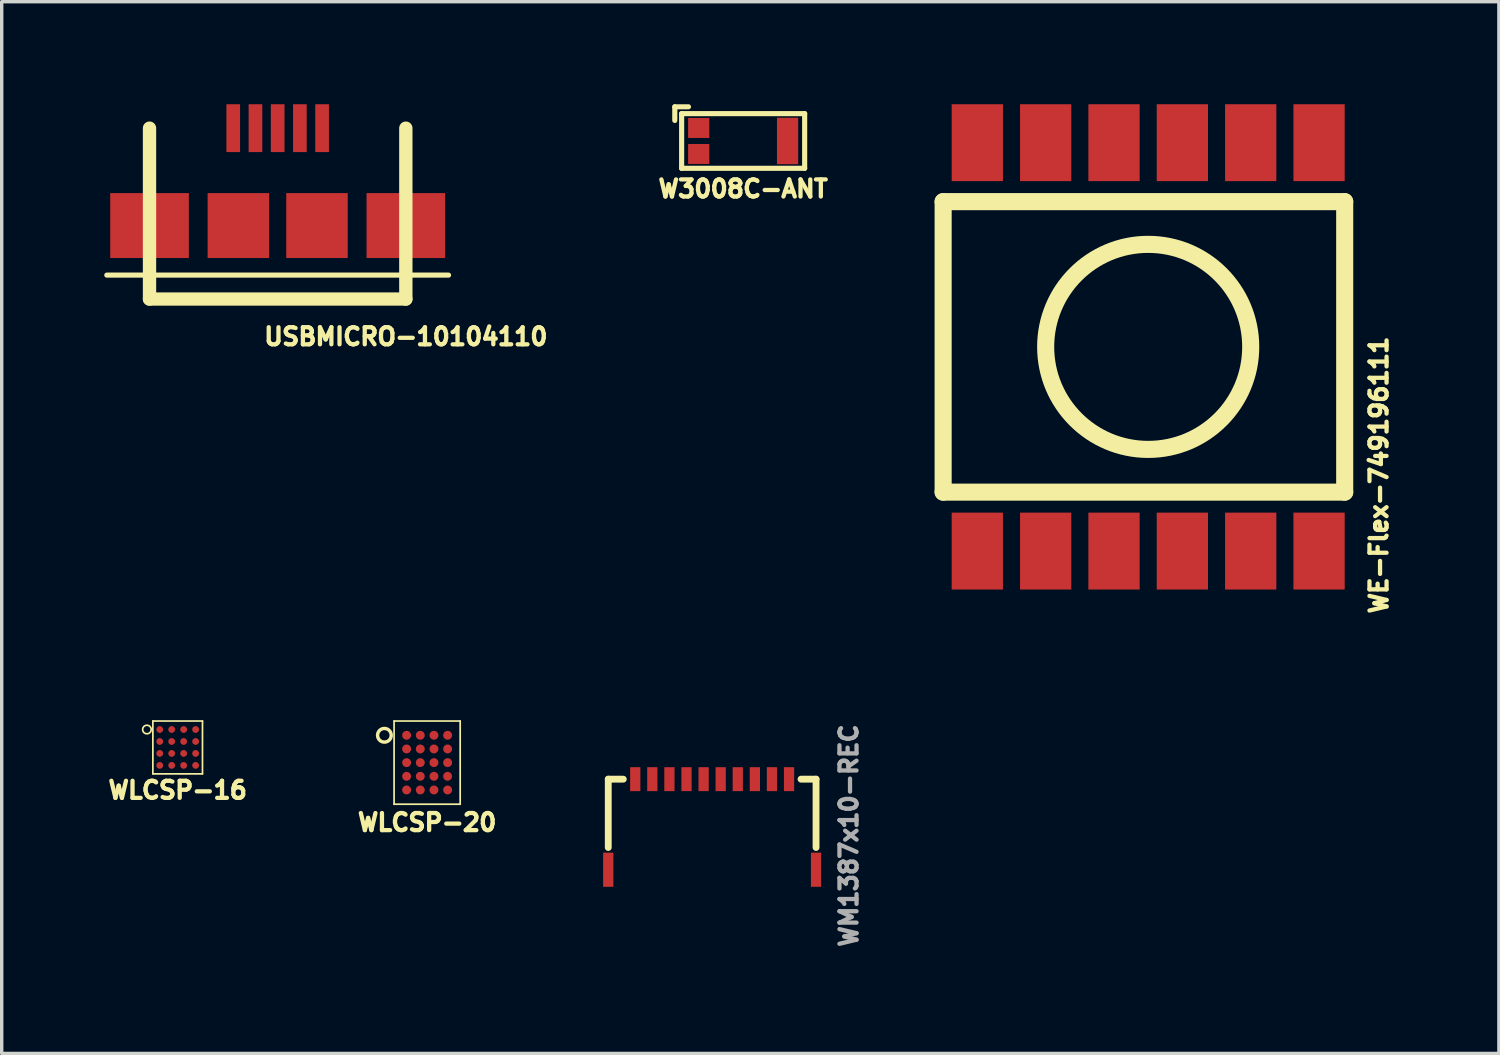
<source format=kicad_pcb>
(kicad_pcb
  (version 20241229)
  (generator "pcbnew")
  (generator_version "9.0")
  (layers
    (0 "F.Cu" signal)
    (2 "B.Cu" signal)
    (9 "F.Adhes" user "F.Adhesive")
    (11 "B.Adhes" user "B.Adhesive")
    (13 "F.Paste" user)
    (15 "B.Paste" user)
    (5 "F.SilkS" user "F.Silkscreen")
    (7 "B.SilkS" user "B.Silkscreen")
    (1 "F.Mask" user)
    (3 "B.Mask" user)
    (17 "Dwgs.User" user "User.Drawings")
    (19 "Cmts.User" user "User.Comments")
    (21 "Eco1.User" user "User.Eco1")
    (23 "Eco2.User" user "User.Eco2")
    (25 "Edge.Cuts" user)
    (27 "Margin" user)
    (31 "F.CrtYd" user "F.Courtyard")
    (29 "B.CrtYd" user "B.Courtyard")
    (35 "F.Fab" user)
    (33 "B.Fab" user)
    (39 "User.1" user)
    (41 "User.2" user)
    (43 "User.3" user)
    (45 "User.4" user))
  (footprint "WM1387x10-REC"
    (layer "F.Cu")
    (at 17.788 21.149)
    (property "Reference" "WM1387x10-REC" (at 4 0.25 90) (layer "F.Fab") (effects (font (size 0.5 0.5) (thickness 0.125))))
    (attr through_hole)
    (fp_line (start -3.04 0.6) (end -3.04 -1.4) (stroke (width 0.2) (type solid)) (layer "F.SilkS"))
    (fp_line (start -2.6 -1.4) (end -3.04 -1.4) (stroke (width 0.2) (type solid)) (layer "F.SilkS"))
    (fp_line (start 2.6 -1.4) (end 3.04 -1.4) (stroke (width 0.2) (type solid)) (layer "F.SilkS"))
    (fp_line (start 3.04 -1.4) (end 3.04 0.6) (stroke (width 0.2) (type solid)) (layer "F.SilkS"))
    (pad "1" smd rect (at -2.25 -1.4) (size 0.3 0.7) (layers "F.Cu" "F.Mask"))
    (pad "2" smd rect (at -1.75 -1.4) (size 0.3 0.7) (layers "F.Cu" "F.Mask"))
    (pad "3" smd rect (at -1.25 -1.4) (size 0.3 0.7) (layers "F.Cu" "F.Mask"))
    (pad "4" smd rect (at -0.75 -1.4) (size 0.3 0.7) (layers "F.Cu" "F.Mask"))
    (pad "5" smd rect (at -0.25 -1.4) (size 0.3 0.7) (layers "F.Cu" "F.Mask"))
    (pad "6" smd rect (at 0.25 -1.4) (size 0.3 0.7) (layers "F.Cu" "F.Mask"))
    (pad "7" smd rect (at 0.75 -1.4) (size 0.3 0.7) (layers "F.Cu" "F.Mask"))
    (pad "8" smd rect (at 1.25 -1.4) (size 0.3 0.7) (layers "F.Cu" "F.Mask"))
    (pad "9" smd rect (at 1.75 -1.4) (size 0.3 0.7) (layers "F.Cu" "F.Mask"))
    (pad "10" smd rect (at 2.25 -1.4) (size 0.3 0.7) (layers "F.Cu" "F.Mask"))
    (pad "11" smd rect (at -3.04 1.25) (size 0.3 1) (layers "F.Cu" "F.Mask"))
    (pad "11" smd rect (at 3.04 1.25) (size 0.3 1) (layers "F.Cu" "F.Mask")))
  (footprint "USBMICRO-10104110"
    (layer "F.Cu")
    (at 5.075 3.55)
    (property "Reference" "USBMICRO-10104110" (at 3.75 3.25 0) (layer "F.SilkS") (effects (font (size 0.5 0.5) (thickness 0.125))))
    (attr through_hole)
    (fp_line (start -3.75 2.15) (end -3.75 -2.85) (stroke (width 0.39) (type solid)) (layer "F.SilkS"))
    (fp_line (start 3.75 -2.85) (end 3.75 2.15) (stroke (width 0.39) (type solid)) (layer "F.SilkS"))
    (fp_line (start 3.75 2.15) (end -3.75 2.15) (stroke (width 0.39) (type solid)) (layer "F.SilkS"))
    (fp_line (start 5 1.45) (end -5 1.45) (stroke (width 0.15) (type solid)) (layer "F.SilkS"))
    (pad "1" smd rect (at -1.3 -2.85) (size 0.4 1.4) (layers "F.Cu" "F.Mask" "F.Paste"))
    (pad "2" smd rect (at -0.65 -2.85) (size 0.4 1.4) (layers "F.Cu" "F.Mask" "F.Paste"))
    (pad "3" smd rect (at 0 -2.85) (size 0.4 1.4) (layers "F.Cu" "F.Mask" "F.Paste"))
    (pad "4" smd rect (at 0.65 -2.85) (size 0.4 1.4) (layers "F.Cu" "F.Mask" "F.Paste"))
    (pad "5" smd rect (at 1.3 -2.85) (size 0.4 1.4) (layers "F.Cu" "F.Mask" "F.Paste"))
    (pad "6" smd rect (at -3.75 0) (size 2.3 1.9) (layers "F.Cu" "F.Mask" "F.Paste"))
    (pad "6" smd rect (at -1.15 0) (size 1.8 1.9) (layers "F.Cu" "F.Mask" "F.Paste"))
    (pad "6" smd rect (at 1.15 0) (size 1.8 1.9) (layers "F.Cu" "F.Mask" "F.Paste"))
    (pad "6" smd rect (at 3.75 0) (size 2.3 1.9) (layers "F.Cu" "F.Mask" "F.Paste")))
  (footprint "WLCSP-20"
    (layer "F.Cu")
    (at 9.448 19.265)
    (property "Reference" "WLCSP-20" (at 0 1.75 0) (layer "F.SilkS") (effects (font (size 0.5 0.5) (thickness 0.125))))
    (attr through_hole)
    (fp_line (start -0.967 -1.217) (end 0.967 -1.217) (stroke (width 0.05) (type solid)) (layer "F.SilkS"))
    (fp_line (start -0.967 1.217) (end -0.967 -1.217) (stroke (width 0.05) (type solid)) (layer "F.SilkS"))
    (fp_line (start 0.967 -1.217) (end 0.967 1.217) (stroke (width 0.05) (type solid)) (layer "F.SilkS"))
    (fp_line (start 0.967 1.217) (end -0.967 1.217) (stroke (width 0.05) (type solid)) (layer "F.SilkS"))
    (fp_circle (center -1.25 -0.8) (end -1.25 -0.6) (stroke (width 0.1) (type solid)) (fill no) (layer "F.SilkS"))
    (pad "A1" smd circle (at -0.6 -0.8) (size 0.26 0.26) (layers "F.Cu" "F.Mask" "F.Paste"))
    (pad "A2" smd circle (at -0.2 -0.8) (size 0.26 0.26) (layers "F.Cu" "F.Mask" "F.Paste"))
    (pad "A3" smd circle (at 0.2 -0.8) (size 0.26 0.26) (layers "F.Cu" "F.Mask" "F.Paste"))
    (pad "A4" smd circle (at 0.6 -0.8) (size 0.26 0.26) (layers "F.Cu" "F.Mask" "F.Paste"))
    (pad "B1" smd circle (at -0.6 -0.4) (size 0.26 0.26) (layers "F.Cu" "F.Mask" "F.Paste"))
    (pad "B2" smd circle (at -0.2 -0.4) (size 0.26 0.26) (layers "F.Cu" "F.Mask" "F.Paste"))
    (pad "B3" smd circle (at 0.2 -0.4) (size 0.26 0.26) (layers "F.Cu" "F.Mask" "F.Paste"))
    (pad "B4" smd circle (at 0.6 -0.4) (size 0.26 0.26) (layers "F.Cu" "F.Mask" "F.Paste"))
    (pad "C1" smd circle (at -0.6 0) (size 0.26 0.26) (layers "F.Cu" "F.Mask" "F.Paste"))
    (pad "C2" smd circle (at -0.2 0) (size 0.26 0.26) (layers "F.Cu" "F.Mask" "F.Paste"))
    (pad "C3" smd circle (at 0.2 0) (size 0.26 0.26) (layers "F.Cu" "F.Mask" "F.Paste"))
    (pad "C4" smd circle (at 0.6 0) (size 0.26 0.26) (layers "F.Cu" "F.Mask" "F.Paste"))
    (pad "D1" smd circle (at -0.6 0.4) (size 0.26 0.26) (layers "F.Cu" "F.Mask" "F.Paste"))
    (pad "D2" smd circle (at -0.2 0.4) (size 0.26 0.26) (layers "F.Cu" "F.Mask" "F.Paste"))
    (pad "D3" smd circle (at 0.2 0.4) (size 0.26 0.26) (layers "F.Cu" "F.Mask" "F.Paste"))
    (pad "D4" smd circle (at 0.6 0.4) (size 0.26 0.26) (layers "F.Cu" "F.Mask" "F.Paste"))
    (pad "E1" smd circle (at -0.6 0.8) (size 0.26 0.26) (layers "F.Cu" "F.Mask" "F.Paste"))
    (pad "E2" smd circle (at -0.2 0.8) (size 0.26 0.26) (layers "F.Cu" "F.Mask" "F.Paste"))
    (pad "E3" smd circle (at 0.2 0.8) (size 0.26 0.26) (layers "F.Cu" "F.Mask" "F.Paste"))
    (pad "E4" smd circle (at 0.6 0.8) (size 0.26 0.26) (layers "F.Cu" "F.Mask" "F.Paste")))
  (footprint "W3008C-ANT"
    (layer "F.Cu")
    (at 18.695 1.075)
    (property "Reference" "W3008C-ANT" (at 0 1.4 0) (layer "F.SilkS") (effects (font (size 0.5 0.5) (thickness 0.125))))
    (attr through_hole)
    (fp_line (start -2 -1) (end -2 -0.6) (stroke (width 0.15) (type solid)) (layer "F.SilkS"))
    (fp_line (start -2 -1) (end -1.6 -1) (stroke (width 0.15) (type solid)) (layer "F.SilkS"))
    (fp_line (start -1.8 -0.8) (end 1.8 -0.8) (stroke (width 0.15) (type solid)) (layer "F.SilkS"))
    (fp_line (start -1.8 0.8) (end -1.8 -0.8) (stroke (width 0.15) (type solid)) (layer "F.SilkS"))
    (fp_line (start 1.8 -0.8) (end 1.8 0.8) (stroke (width 0.15) (type solid)) (layer "F.SilkS"))
    (fp_line (start 1.8 0.8) (end -1.8 0.8) (stroke (width 0.15) (type solid)) (layer "F.SilkS"))
    (pad "1" smd rect (at -1.3 -0.38) (size 0.62 0.584) (layers "F.Cu" "F.Mask" "F.Paste"))
    (pad "2" smd rect (at -1.3 0.38) (size 0.62 0.584) (layers "F.Cu" "F.Mask" "F.Paste"))
    (pad "3" smd rect (at 1.3 0 180) (size 0.62 1.36) (layers "F.Cu" "F.Mask" "F.Paste")))
  (footprint "WLCSP-16"
    (layer "F.Cu")
    (at 2.149 18.821)
    (property "Reference" "WLCSP-16" (at 0 1.25 0) (layer "F.SilkS") (effects (font (size 0.5 0.5) (thickness 0.125))))
    (attr through_hole)
    (fp_line (start -0.726 -0.773) (end 0.726 -0.773) (stroke (width 0.05) (type solid)) (layer "F.SilkS"))
    (fp_line (start -0.726 0.773) (end -0.726 -0.773) (stroke (width 0.05) (type solid)) (layer "F.SilkS"))
    (fp_line (start 0.726 -0.773) (end 0.726 0.773) (stroke (width 0.05) (type solid)) (layer "F.SilkS"))
    (fp_line (start 0.726 0.773) (end -0.726 0.773) (stroke (width 0.05) (type solid)) (layer "F.SilkS"))
    (fp_circle (center -0.9 -0.525) (end -0.9 -0.65) (stroke (width 0.05) (type solid)) (fill no) (layer "F.SilkS"))
    (pad "A1" smd circle (at -0.525 -0.525 180) (size 0.2 0.2) (layers "F.Cu" "F.Mask" "F.Paste"))
    (pad "A2" smd circle (at -0.175 -0.525 180) (size 0.2 0.2) (layers "F.Cu" "F.Mask" "F.Paste"))
    (pad "A3" smd circle (at 0.175 -0.525 180) (size 0.2 0.2) (layers "F.Cu" "F.Mask" "F.Paste"))
    (pad "A4" smd circle (at 0.525 -0.525 180) (size 0.2 0.2) (layers "F.Cu" "F.Mask" "F.Paste"))
    (pad "B1" smd circle (at -0.525 -0.175 180) (size 0.2 0.2) (layers "F.Cu" "F.Mask" "F.Paste"))
    (pad "B2" smd circle (at -0.175 -0.175 180) (size 0.2 0.2) (layers "F.Cu" "F.Mask" "F.Paste"))
    (pad "B3" smd circle (at 0.175 -0.175 180) (size 0.2 0.2) (layers "F.Cu" "F.Mask" "F.Paste"))
    (pad "B4" smd circle (at 0.525 -0.175 180) (size 0.2 0.2) (layers "F.Cu" "F.Mask" "F.Paste"))
    (pad "C1" smd circle (at -0.525 0.175 180) (size 0.2 0.2) (layers "F.Cu" "F.Mask" "F.Paste"))
    (pad "C2" smd circle (at -0.175 0.175 180) (size 0.2 0.2) (layers "F.Cu" "F.Mask" "F.Paste"))
    (pad "C3" smd circle (at 0.175 0.175 180) (size 0.2 0.2) (layers "F.Cu" "F.Mask" "F.Paste"))
    (pad "C4" smd circle (at 0.525 0.175 180) (size 0.2 0.2) (layers "F.Cu" "F.Mask" "F.Paste"))
    (pad "D1" smd circle (at -0.525 0.525 180) (size 0.2 0.2) (layers "F.Cu" "F.Mask" "F.Paste"))
    (pad "D2" smd circle (at -0.175 0.525 180) (size 0.2 0.2) (layers "F.Cu" "F.Mask" "F.Paste"))
    (pad "D3" smd circle (at 0.175 0.525 180) (size 0.2 0.2) (layers "F.Cu" "F.Mask" "F.Paste"))
    (pad "D4" smd circle (at 0.525 0.525 180) (size 0.2 0.2) (layers "F.Cu" "F.Mask" "F.Paste")))
  (footprint "WE-Flex-749196111"
    (layer "F.Cu")
    (at 30.547 7.1)
    (property "Reference" "WE-Flex-749196111" (at 6.75 3.75 90) (layer "F.SilkS") (effects (font (size 0.5 0.5) (thickness 0.125))))
    (attr through_hole)
    (fp_line (start -6 -4.25) (end 5.75 -4.25) (stroke (width 0.5) (type solid)) (layer "F.SilkS"))
    (fp_line (start -6 4.25) (end -6 -4.25) (stroke (width 0.5) (type solid)) (layer "F.SilkS"))
    (fp_line (start 5.75 -4.25) (end 5.75 4.25) (stroke (width 0.5) (type solid)) (layer "F.SilkS"))
    (fp_line (start 5.75 4.25) (end -6 4.25) (stroke (width 0.5) (type solid)) (layer "F.SilkS"))
    (fp_circle (center 0 0) (end 0 -3) (stroke (width 0.5) (type solid)) (fill no) (layer "F.SilkS"))
    (pad "1" smd rect (at -5 5.975) (size 1.5 2.25) (layers "F.Cu" "F.Mask" "F.Paste"))
    (pad "2" smd rect (at -3 5.975) (size 1.5 2.25) (layers "F.Cu" "F.Mask" "F.Paste"))
    (pad "3" smd rect (at -1 5.975) (size 1.5 2.25) (layers "F.Cu" "F.Mask" "F.Paste"))
    (pad "4" smd rect (at 1 5.975) (size 1.5 2.25) (layers "F.Cu" "F.Mask" "F.Paste"))
    (pad "5" smd rect (at 3 5.975) (size 1.5 2.25) (layers "F.Cu" "F.Mask" "F.Paste"))
    (pad "6" smd rect (at 5 5.975) (size 1.5 2.25) (layers "F.Cu" "F.Mask" "F.Paste"))
    (pad "7" smd rect (at 5 -5.975) (size 1.5 2.25) (layers "F.Cu" "F.Mask" "F.Paste"))
    (pad "8" smd rect (at 3 -5.975) (size 1.5 2.25) (layers "F.Cu" "F.Mask" "F.Paste"))
    (pad "9" smd rect (at 1 -5.975) (size 1.5 2.25) (layers "F.Cu" "F.Mask" "F.Paste"))
    (pad "10" smd rect (at -1 -5.975) (size 1.5 2.25) (layers "F.Cu" "F.Mask" "F.Paste"))
    (pad "11" smd rect (at -3 -5.975) (size 1.5 2.25) (layers "F.Cu" "F.Mask" "F.Paste"))
    (pad "12" smd rect (at -5 -5.975) (size 1.5 2.25) (layers "F.Cu" "F.Mask" "F.Paste")))
  (gr_rect
    (start -3 -3)
    (end 40.809 27.774)
    (stroke (width 0.1) (type default))
    (fill no)
    (layer "Edge.Cuts")))
</source>
